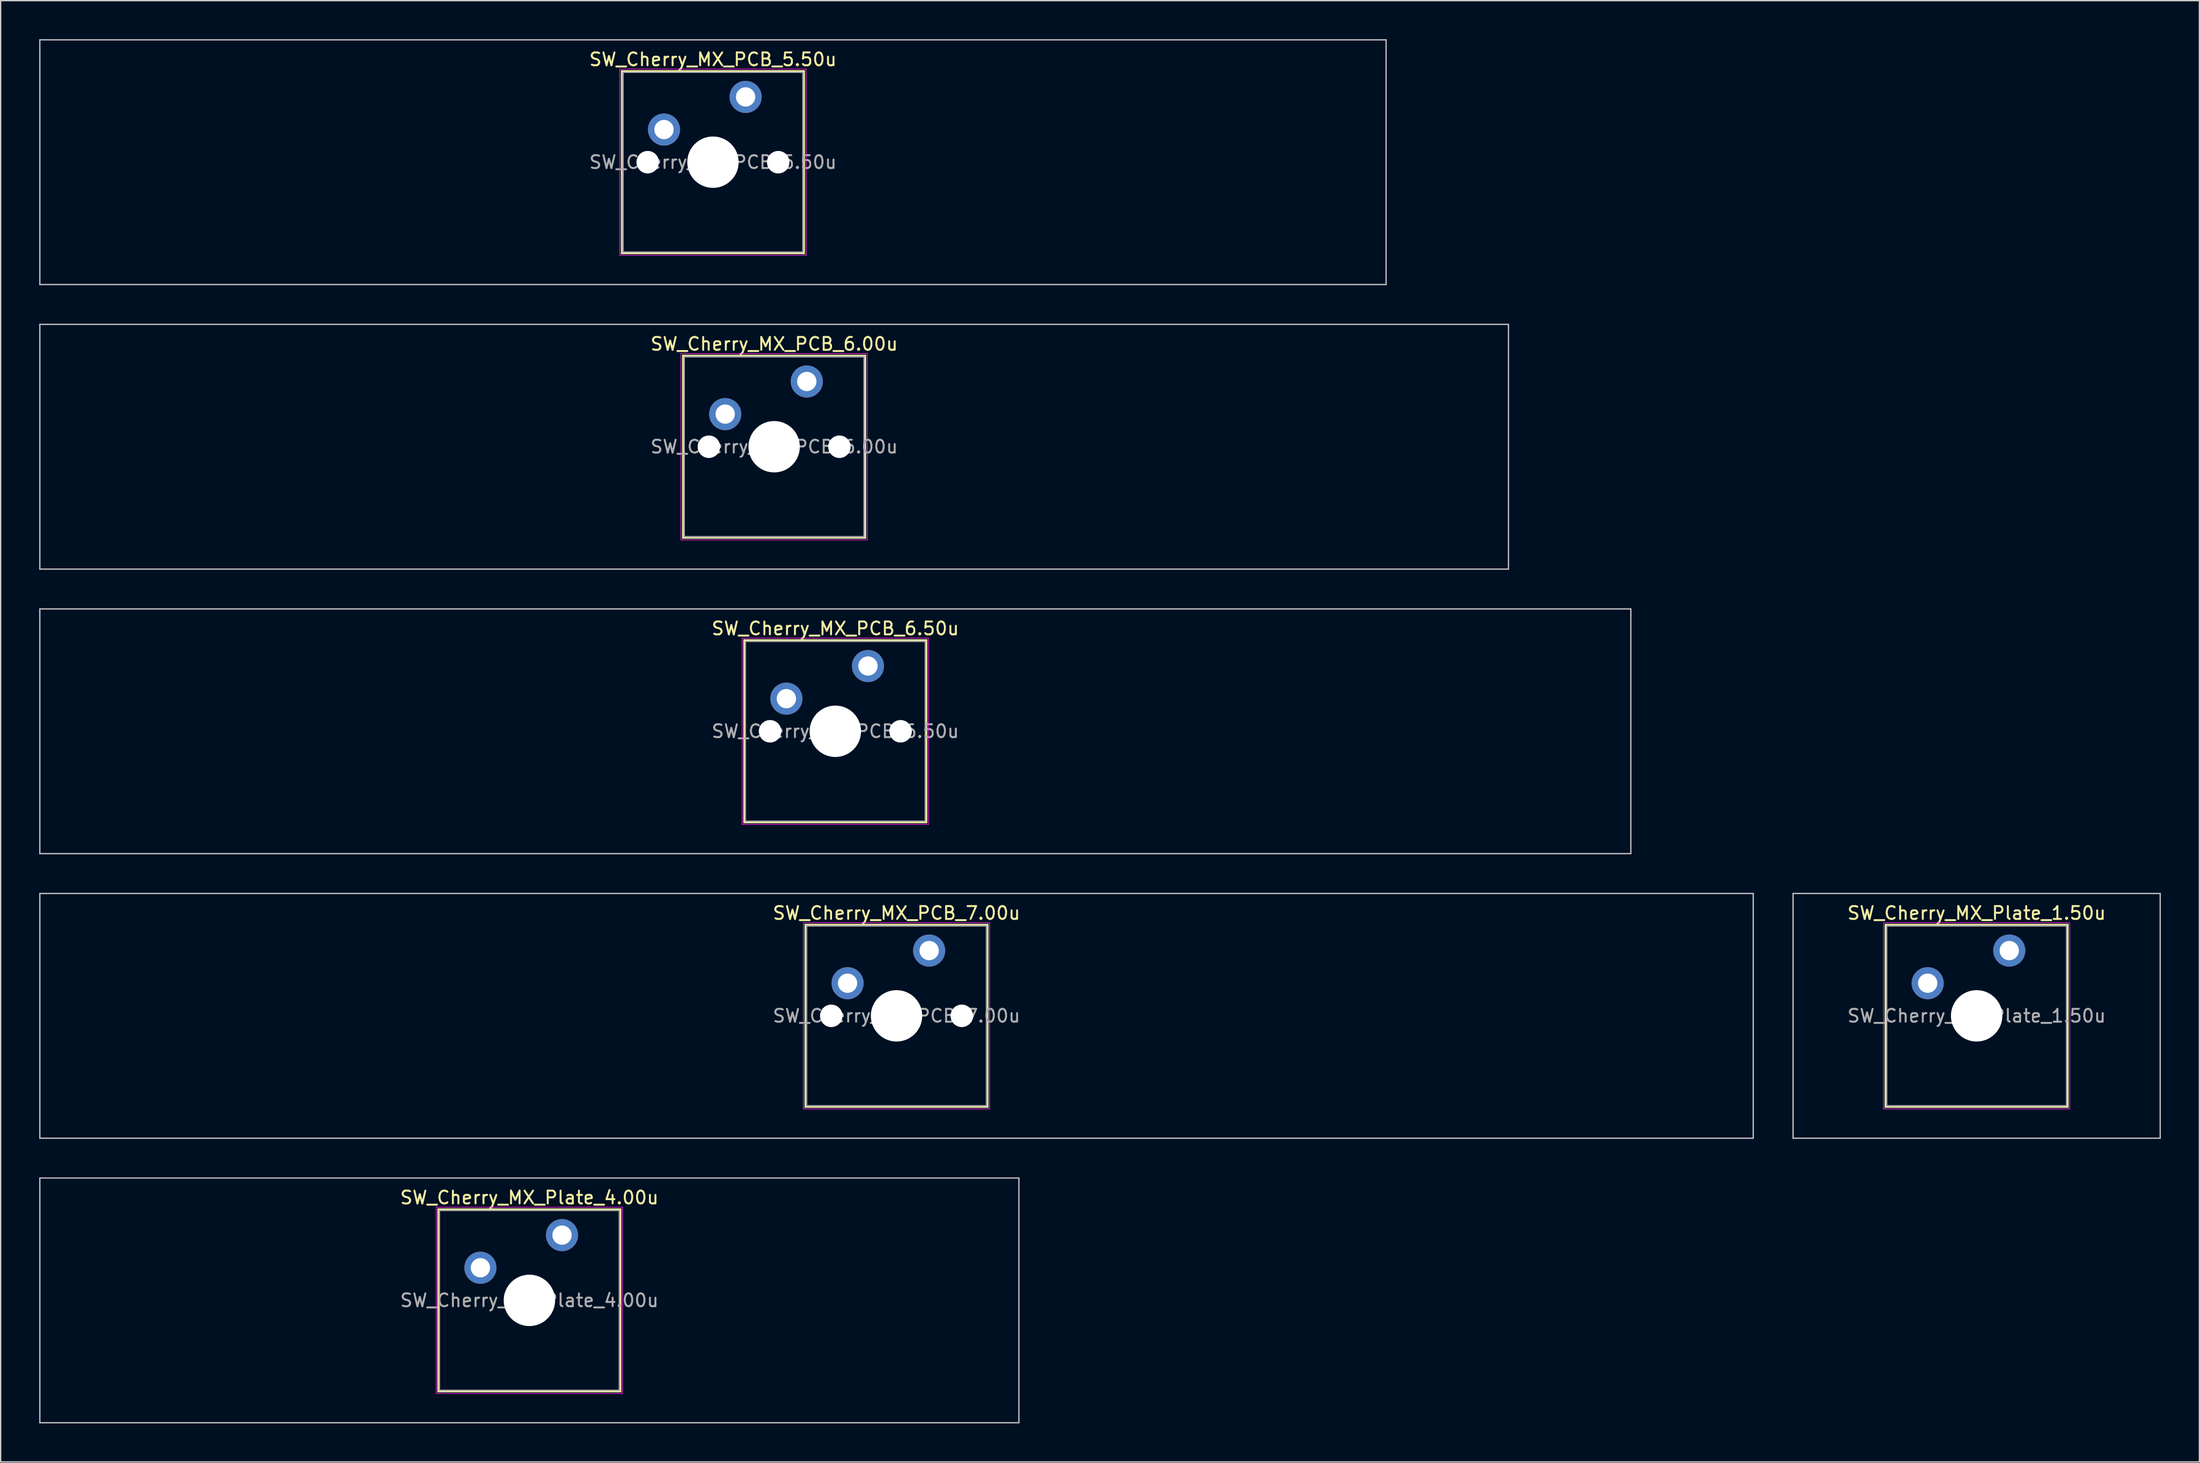
<source format=kicad_pcb>
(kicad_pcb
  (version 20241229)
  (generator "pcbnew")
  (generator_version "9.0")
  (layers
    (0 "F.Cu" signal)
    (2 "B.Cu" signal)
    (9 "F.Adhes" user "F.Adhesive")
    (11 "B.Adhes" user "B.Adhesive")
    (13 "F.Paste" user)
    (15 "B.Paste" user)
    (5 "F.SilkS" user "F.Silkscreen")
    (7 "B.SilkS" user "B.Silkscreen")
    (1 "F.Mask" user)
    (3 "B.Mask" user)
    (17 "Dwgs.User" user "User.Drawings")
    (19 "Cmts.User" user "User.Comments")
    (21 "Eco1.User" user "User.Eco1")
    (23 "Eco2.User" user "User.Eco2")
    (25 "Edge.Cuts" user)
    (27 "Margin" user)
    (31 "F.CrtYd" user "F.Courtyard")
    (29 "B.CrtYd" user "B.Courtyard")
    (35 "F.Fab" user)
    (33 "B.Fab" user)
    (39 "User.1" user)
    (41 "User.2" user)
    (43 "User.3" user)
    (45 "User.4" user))
  (footprint "SW_Cherry_MX_Plate_1.50u"
    (layer "F.Cu")
    (at 150.787 76.025)
    (property "Reference" "SW_Cherry_MX_Plate_1.50u" (at 0 -8 0) (layer "F.SilkS") (effects (font (size 1 1) (thickness 0.15))))
    (attr through_hole)
    (fp_line (start -7.1 -7.1) (end -7.1 7.1) (stroke (width 0.12) (type solid)) (layer "F.SilkS"))
    (fp_line (start -7.1 7.1) (end 7.1 7.1) (stroke (width 0.12) (type solid)) (layer "F.SilkS"))
    (fp_line (start 7.1 -7.1) (end -7.1 -7.1) (stroke (width 0.12) (type solid)) (layer "F.SilkS"))
    (fp_line (start 7.1 7.1) (end 7.1 -7.1) (stroke (width 0.12) (type solid)) (layer "F.SilkS"))
    (fp_line (start -14.287 -9.525) (end -14.287 9.525) (stroke (width 0.1) (type solid)) (layer "Dwgs.User"))
    (fp_line (start -14.287 9.525) (end 14.287 9.525) (stroke (width 0.1) (type solid)) (layer "Dwgs.User"))
    (fp_line (start 14.287 -9.525) (end -14.287 -9.525) (stroke (width 0.1) (type solid)) (layer "Dwgs.User"))
    (fp_line (start 14.287 9.525) (end 14.287 -9.525) (stroke (width 0.1) (type solid)) (layer "Dwgs.User"))
    (fp_line (start -7.25 -7.25) (end -7.25 7.25) (stroke (width 0.05) (type solid)) (layer "F.CrtYd"))
    (fp_line (start -7.25 7.25) (end 7.25 7.25) (stroke (width 0.05) (type solid)) (layer "F.CrtYd"))
    (fp_line (start 7.25 -7.25) (end -7.25 -7.25) (stroke (width 0.05) (type solid)) (layer "F.CrtYd"))
    (fp_line (start 7.25 7.25) (end 7.25 -7.25) (stroke (width 0.05) (type solid)) (layer "F.CrtYd"))
    (fp_line (start -7 -7) (end -7 7) (stroke (width 0.1) (type solid)) (layer "F.Fab"))
    (fp_line (start -7 7) (end 7 7) (stroke (width 0.1) (type solid)) (layer "F.Fab"))
    (fp_line (start 7 -7) (end -7 -7) (stroke (width 0.1) (type solid)) (layer "F.Fab"))
    (fp_line (start 7 7) (end 7 -7) (stroke (width 0.1) (type solid)) (layer "F.Fab"))
    (fp_text user "${REFERENCE}" (at 0 0 0) (layer "F.Fab") (effects (font (size 1 1) (thickness 0.15))))
    (pad "" np_thru_hole circle (at 0 0) (size 4 4) (drill 4) (layers "*.Cu" "*.Mask"))
    (pad "1" thru_hole circle (at -3.81 -2.54) (size 2.5 2.5) (drill 1.5) (layers "*.Cu" "B.Mask"))
    (pad "2" thru_hole circle (at 2.54 -5.08) (size 2.5 2.5) (drill 1.5) (layers "*.Cu" "B.Mask")))
  (footprint "SW_Cherry_MX_Plate_4.00u"
    (layer "F.Cu")
    (at 38.15 98.175)
    (property "Reference" "SW_Cherry_MX_Plate_4.00u" (at 0 -8 0) (layer "F.SilkS") (effects (font (size 1 1) (thickness 0.15))))
    (attr through_hole)
    (fp_line (start -7.1 -7.1) (end -7.1 7.1) (stroke (width 0.12) (type solid)) (layer "F.SilkS"))
    (fp_line (start -7.1 7.1) (end 7.1 7.1) (stroke (width 0.12) (type solid)) (layer "F.SilkS"))
    (fp_line (start 7.1 -7.1) (end -7.1 -7.1) (stroke (width 0.12) (type solid)) (layer "F.SilkS"))
    (fp_line (start 7.1 7.1) (end 7.1 -7.1) (stroke (width 0.12) (type solid)) (layer "F.SilkS"))
    (fp_line (start -38.1 -9.525) (end -38.1 9.525) (stroke (width 0.1) (type solid)) (layer "Dwgs.User"))
    (fp_line (start -38.1 9.525) (end 38.1 9.525) (stroke (width 0.1) (type solid)) (layer "Dwgs.User"))
    (fp_line (start 38.1 -9.525) (end -38.1 -9.525) (stroke (width 0.1) (type solid)) (layer "Dwgs.User"))
    (fp_line (start 38.1 9.525) (end 38.1 -9.525) (stroke (width 0.1) (type solid)) (layer "Dwgs.User"))
    (fp_line (start -7.25 -7.25) (end -7.25 7.25) (stroke (width 0.05) (type solid)) (layer "F.CrtYd"))
    (fp_line (start -7.25 7.25) (end 7.25 7.25) (stroke (width 0.05) (type solid)) (layer "F.CrtYd"))
    (fp_line (start 7.25 -7.25) (end -7.25 -7.25) (stroke (width 0.05) (type solid)) (layer "F.CrtYd"))
    (fp_line (start 7.25 7.25) (end 7.25 -7.25) (stroke (width 0.05) (type solid)) (layer "F.CrtYd"))
    (fp_line (start -7 -7) (end -7 7) (stroke (width 0.1) (type solid)) (layer "F.Fab"))
    (fp_line (start -7 7) (end 7 7) (stroke (width 0.1) (type solid)) (layer "F.Fab"))
    (fp_line (start 7 -7) (end -7 -7) (stroke (width 0.1) (type solid)) (layer "F.Fab"))
    (fp_line (start 7 7) (end 7 -7) (stroke (width 0.1) (type solid)) (layer "F.Fab"))
    (fp_text user "${REFERENCE}" (at 0 0 0) (layer "F.Fab") (effects (font (size 1 1) (thickness 0.15))))
    (pad "" np_thru_hole circle (at 0 0) (size 4 4) (drill 4) (layers "*.Cu" "*.Mask"))
    (pad "1" thru_hole circle (at -3.81 -2.54) (size 2.5 2.5) (drill 1.5) (layers "*.Cu" "B.Mask"))
    (pad "2" thru_hole circle (at 2.54 -5.08) (size 2.5 2.5) (drill 1.5) (layers "*.Cu" "B.Mask")))
  (footprint "SW_Cherry_MX_PCB_5.50u"
    (layer "F.Cu")
    (at 52.438 9.575)
    (property "Reference" "SW_Cherry_MX_PCB_5.50u" (at 0 -8 0) (layer "F.SilkS") (effects (font (size 1 1) (thickness 0.15))))
    (attr through_hole)
    (fp_line (start -7.1 -7.1) (end -7.1 7.1) (stroke (width 0.12) (type solid)) (layer "F.SilkS"))
    (fp_line (start -7.1 7.1) (end 7.1 7.1) (stroke (width 0.12) (type solid)) (layer "F.SilkS"))
    (fp_line (start 7.1 -7.1) (end -7.1 -7.1) (stroke (width 0.12) (type solid)) (layer "F.SilkS"))
    (fp_line (start 7.1 7.1) (end 7.1 -7.1) (stroke (width 0.12) (type solid)) (layer "F.SilkS"))
    (fp_line (start -52.388 -9.525) (end -52.388 9.525) (stroke (width 0.1) (type solid)) (layer "Dwgs.User"))
    (fp_line (start -52.388 9.525) (end 52.388 9.525) (stroke (width 0.1) (type solid)) (layer "Dwgs.User"))
    (fp_line (start 52.388 -9.525) (end -52.388 -9.525) (stroke (width 0.1) (type solid)) (layer "Dwgs.User"))
    (fp_line (start 52.388 9.525) (end 52.388 -9.525) (stroke (width 0.1) (type solid)) (layer "Dwgs.User"))
    (fp_line (start -7.25 -7.25) (end -7.25 7.25) (stroke (width 0.05) (type solid)) (layer "F.CrtYd"))
    (fp_line (start -7.25 7.25) (end 7.25 7.25) (stroke (width 0.05) (type solid)) (layer "F.CrtYd"))
    (fp_line (start 7.25 -7.25) (end -7.25 -7.25) (stroke (width 0.05) (type solid)) (layer "F.CrtYd"))
    (fp_line (start 7.25 7.25) (end 7.25 -7.25) (stroke (width 0.05) (type solid)) (layer "F.CrtYd"))
    (fp_line (start -7 -7) (end -7 7) (stroke (width 0.1) (type solid)) (layer "F.Fab"))
    (fp_line (start -7 7) (end 7 7) (stroke (width 0.1) (type solid)) (layer "F.Fab"))
    (fp_line (start 7 -7) (end -7 -7) (stroke (width 0.1) (type solid)) (layer "F.Fab"))
    (fp_line (start 7 7) (end 7 -7) (stroke (width 0.1) (type solid)) (layer "F.Fab"))
    (fp_text user "${REFERENCE}" (at 0 0 0) (layer "F.Fab") (effects (font (size 1 1) (thickness 0.15))))
    (pad "" np_thru_hole circle (at -5.08 0) (size 1.75 1.75) (drill 1.75) (layers "*.Cu" "*.Mask"))
    (pad "" np_thru_hole circle (at 0 0) (size 4 4) (drill 4) (layers "*.Cu" "*.Mask"))
    (pad "" np_thru_hole circle (at 5.08 0) (size 1.75 1.75) (drill 1.75) (layers "*.Cu" "*.Mask"))
    (pad "1" thru_hole circle (at -3.81 -2.54) (size 2.5 2.5) (drill 1.5) (layers "*.Cu" "B.Mask"))
    (pad "2" thru_hole circle (at 2.54 -5.08) (size 2.5 2.5) (drill 1.5) (layers "*.Cu" "B.Mask")))
  (footprint "SW_Cherry_MX_PCB_7.00u"
    (layer "F.Cu")
    (at 66.725 76.025)
    (property "Reference" "SW_Cherry_MX_PCB_7.00u" (at 0 -8 0) (layer "F.SilkS") (effects (font (size 1 1) (thickness 0.15))))
    (attr through_hole)
    (fp_line (start -7.1 -7.1) (end -7.1 7.1) (stroke (width 0.12) (type solid)) (layer "F.SilkS"))
    (fp_line (start -7.1 7.1) (end 7.1 7.1) (stroke (width 0.12) (type solid)) (layer "F.SilkS"))
    (fp_line (start 7.1 -7.1) (end -7.1 -7.1) (stroke (width 0.12) (type solid)) (layer "F.SilkS"))
    (fp_line (start 7.1 7.1) (end 7.1 -7.1) (stroke (width 0.12) (type solid)) (layer "F.SilkS"))
    (fp_line (start -66.675 -9.525) (end -66.675 9.525) (stroke (width 0.1) (type solid)) (layer "Dwgs.User"))
    (fp_line (start -66.675 9.525) (end 66.675 9.525) (stroke (width 0.1) (type solid)) (layer "Dwgs.User"))
    (fp_line (start 66.675 -9.525) (end -66.675 -9.525) (stroke (width 0.1) (type solid)) (layer "Dwgs.User"))
    (fp_line (start 66.675 9.525) (end 66.675 -9.525) (stroke (width 0.1) (type solid)) (layer "Dwgs.User"))
    (fp_line (start -7.25 -7.25) (end -7.25 7.25) (stroke (width 0.05) (type solid)) (layer "F.CrtYd"))
    (fp_line (start -7.25 7.25) (end 7.25 7.25) (stroke (width 0.05) (type solid)) (layer "F.CrtYd"))
    (fp_line (start 7.25 -7.25) (end -7.25 -7.25) (stroke (width 0.05) (type solid)) (layer "F.CrtYd"))
    (fp_line (start 7.25 7.25) (end 7.25 -7.25) (stroke (width 0.05) (type solid)) (layer "F.CrtYd"))
    (fp_line (start -7 -7) (end -7 7) (stroke (width 0.1) (type solid)) (layer "F.Fab"))
    (fp_line (start -7 7) (end 7 7) (stroke (width 0.1) (type solid)) (layer "F.Fab"))
    (fp_line (start 7 -7) (end -7 -7) (stroke (width 0.1) (type solid)) (layer "F.Fab"))
    (fp_line (start 7 7) (end 7 -7) (stroke (width 0.1) (type solid)) (layer "F.Fab"))
    (fp_text user "${REFERENCE}" (at 0 0 0) (layer "F.Fab") (effects (font (size 1 1) (thickness 0.15))))
    (pad "" np_thru_hole circle (at -5.08 0) (size 1.75 1.75) (drill 1.75) (layers "*.Cu" "*.Mask"))
    (pad "" np_thru_hole circle (at 0 0) (size 4 4) (drill 4) (layers "*.Cu" "*.Mask"))
    (pad "" np_thru_hole circle (at 5.08 0) (size 1.75 1.75) (drill 1.75) (layers "*.Cu" "*.Mask"))
    (pad "1" thru_hole circle (at -3.81 -2.54) (size 2.5 2.5) (drill 1.5) (layers "*.Cu" "B.Mask"))
    (pad "2" thru_hole circle (at 2.54 -5.08) (size 2.5 2.5) (drill 1.5) (layers "*.Cu" "B.Mask")))
  (footprint "SW_Cherry_MX_PCB_6.00u"
    (layer "F.Cu")
    (at 57.2 31.725)
    (property "Reference" "SW_Cherry_MX_PCB_6.00u" (at 0 -8 0) (layer "F.SilkS") (effects (font (size 1 1) (thickness 0.15))))
    (attr through_hole)
    (fp_line (start -7.1 -7.1) (end -7.1 7.1) (stroke (width 0.12) (type solid)) (layer "F.SilkS"))
    (fp_line (start -7.1 7.1) (end 7.1 7.1) (stroke (width 0.12) (type solid)) (layer "F.SilkS"))
    (fp_line (start 7.1 -7.1) (end -7.1 -7.1) (stroke (width 0.12) (type solid)) (layer "F.SilkS"))
    (fp_line (start 7.1 7.1) (end 7.1 -7.1) (stroke (width 0.12) (type solid)) (layer "F.SilkS"))
    (fp_line (start -57.15 -9.525) (end -57.15 9.525) (stroke (width 0.1) (type solid)) (layer "Dwgs.User"))
    (fp_line (start -57.15 9.525) (end 57.15 9.525) (stroke (width 0.1) (type solid)) (layer "Dwgs.User"))
    (fp_line (start 57.15 -9.525) (end -57.15 -9.525) (stroke (width 0.1) (type solid)) (layer "Dwgs.User"))
    (fp_line (start 57.15 9.525) (end 57.15 -9.525) (stroke (width 0.1) (type solid)) (layer "Dwgs.User"))
    (fp_line (start -7.25 -7.25) (end -7.25 7.25) (stroke (width 0.05) (type solid)) (layer "F.CrtYd"))
    (fp_line (start -7.25 7.25) (end 7.25 7.25) (stroke (width 0.05) (type solid)) (layer "F.CrtYd"))
    (fp_line (start 7.25 -7.25) (end -7.25 -7.25) (stroke (width 0.05) (type solid)) (layer "F.CrtYd"))
    (fp_line (start 7.25 7.25) (end 7.25 -7.25) (stroke (width 0.05) (type solid)) (layer "F.CrtYd"))
    (fp_line (start -7 -7) (end -7 7) (stroke (width 0.1) (type solid)) (layer "F.Fab"))
    (fp_line (start -7 7) (end 7 7) (stroke (width 0.1) (type solid)) (layer "F.Fab"))
    (fp_line (start 7 -7) (end -7 -7) (stroke (width 0.1) (type solid)) (layer "F.Fab"))
    (fp_line (start 7 7) (end 7 -7) (stroke (width 0.1) (type solid)) (layer "F.Fab"))
    (fp_text user "${REFERENCE}" (at 0 0 0) (layer "F.Fab") (effects (font (size 1 1) (thickness 0.15))))
    (pad "" np_thru_hole circle (at -5.08 0) (size 1.75 1.75) (drill 1.75) (layers "*.Cu" "*.Mask"))
    (pad "" np_thru_hole circle (at 0 0) (size 4 4) (drill 4) (layers "*.Cu" "*.Mask"))
    (pad "" np_thru_hole circle (at 5.08 0) (size 1.75 1.75) (drill 1.75) (layers "*.Cu" "*.Mask"))
    (pad "1" thru_hole circle (at -3.81 -2.54) (size 2.5 2.5) (drill 1.5) (layers "*.Cu" "B.Mask"))
    (pad "2" thru_hole circle (at 2.54 -5.08) (size 2.5 2.5) (drill 1.5) (layers "*.Cu" "B.Mask")))
  (footprint "SW_Cherry_MX_PCB_6.50u"
    (layer "F.Cu")
    (at 61.962 53.875)
    (property "Reference" "SW_Cherry_MX_PCB_6.50u" (at 0 -8 0) (layer "F.SilkS") (effects (font (size 1 1) (thickness 0.15))))
    (attr through_hole)
    (fp_line (start -7.1 -7.1) (end -7.1 7.1) (stroke (width 0.12) (type solid)) (layer "F.SilkS"))
    (fp_line (start -7.1 7.1) (end 7.1 7.1) (stroke (width 0.12) (type solid)) (layer "F.SilkS"))
    (fp_line (start 7.1 -7.1) (end -7.1 -7.1) (stroke (width 0.12) (type solid)) (layer "F.SilkS"))
    (fp_line (start 7.1 7.1) (end 7.1 -7.1) (stroke (width 0.12) (type solid)) (layer "F.SilkS"))
    (fp_line (start -61.913 -9.525) (end -61.913 9.525) (stroke (width 0.1) (type solid)) (layer "Dwgs.User"))
    (fp_line (start -61.913 9.525) (end 61.913 9.525) (stroke (width 0.1) (type solid)) (layer "Dwgs.User"))
    (fp_line (start 61.913 -9.525) (end -61.913 -9.525) (stroke (width 0.1) (type solid)) (layer "Dwgs.User"))
    (fp_line (start 61.913 9.525) (end 61.913 -9.525) (stroke (width 0.1) (type solid)) (layer "Dwgs.User"))
    (fp_line (start -7.25 -7.25) (end -7.25 7.25) (stroke (width 0.05) (type solid)) (layer "F.CrtYd"))
    (fp_line (start -7.25 7.25) (end 7.25 7.25) (stroke (width 0.05) (type solid)) (layer "F.CrtYd"))
    (fp_line (start 7.25 -7.25) (end -7.25 -7.25) (stroke (width 0.05) (type solid)) (layer "F.CrtYd"))
    (fp_line (start 7.25 7.25) (end 7.25 -7.25) (stroke (width 0.05) (type solid)) (layer "F.CrtYd"))
    (fp_line (start -7 -7) (end -7 7) (stroke (width 0.1) (type solid)) (layer "F.Fab"))
    (fp_line (start -7 7) (end 7 7) (stroke (width 0.1) (type solid)) (layer "F.Fab"))
    (fp_line (start 7 -7) (end -7 -7) (stroke (width 0.1) (type solid)) (layer "F.Fab"))
    (fp_line (start 7 7) (end 7 -7) (stroke (width 0.1) (type solid)) (layer "F.Fab"))
    (fp_text user "${REFERENCE}" (at 0 0 0) (layer "F.Fab") (effects (font (size 1 1) (thickness 0.15))))
    (pad "" np_thru_hole circle (at -5.08 0) (size 1.75 1.75) (drill 1.75) (layers "*.Cu" "*.Mask"))
    (pad "" np_thru_hole circle (at 0 0) (size 4 4) (drill 4) (layers "*.Cu" "*.Mask"))
    (pad "" np_thru_hole circle (at 5.08 0) (size 1.75 1.75) (drill 1.75) (layers "*.Cu" "*.Mask"))
    (pad "1" thru_hole circle (at -3.81 -2.54) (size 2.5 2.5) (drill 1.5) (layers "*.Cu" "B.Mask"))
    (pad "2" thru_hole circle (at 2.54 -5.08) (size 2.5 2.5) (drill 1.5) (layers "*.Cu" "B.Mask")))
  (gr_rect
    (start -3 -3)
    (end 168.125 110.75)
    (stroke (width 0.1) (type default))
    (fill no)
    (layer "Edge.Cuts")))
</source>
